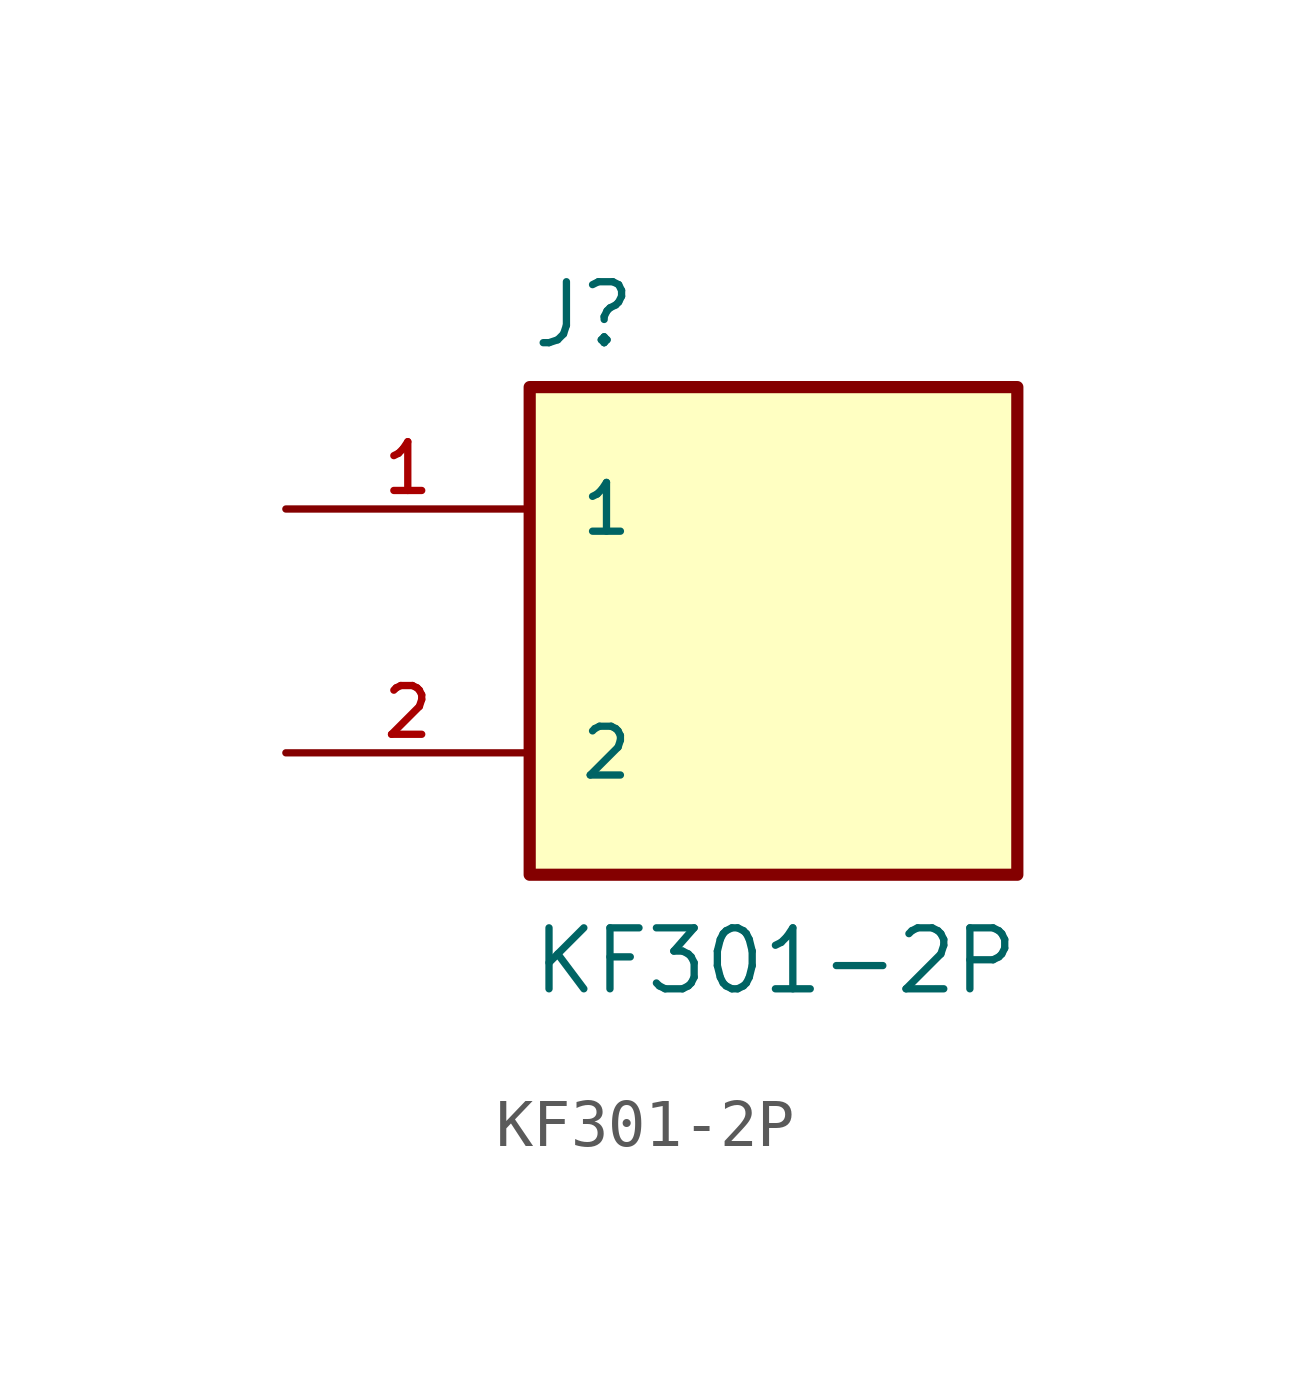
<source format=kicad_sym>
(kicad_symbol_lib
  (version 20211014)
  (generator kicad_symbol_editor)
  (symbol "KF301-2P"
    (pin_names
      (offset 1.016))
    (property "Reference" "J"
      (at -5.08 5.842 0)
      (effects (font (size 1.27 1.27)) (justify left bottom)))
    (property "Value" "KF301-2P"
      (at -5.08 -7.62 0)
      (effects (font (size 1.27 1.27)) (justify left bottom)))
    (property "ki_locked" ""
      (at 0 0 0)
      (effects (font (size 1.27 1.27))))
    (symbol "KF301-2P_0_0"
      (rectangle (start -5.08 -5.08) (end 5.08 5.08) (stroke (width 0.254) (type default) (color 0 0 0 0)) (fill (type background)))
      (pin passive line (at -10.16 2.54 0) (length 5.08) (name "1" (effects (font (size 1.016 1.016)))) (number "1" (effects (font (size 1.016 1.016)))))
      (pin passive line (at -10.16 -2.54 0) (length 5.08) (name "2" (effects (font (size 1.016 1.016)))) (number "2" (effects (font (size 1.016 1.016))))))))
</source>
